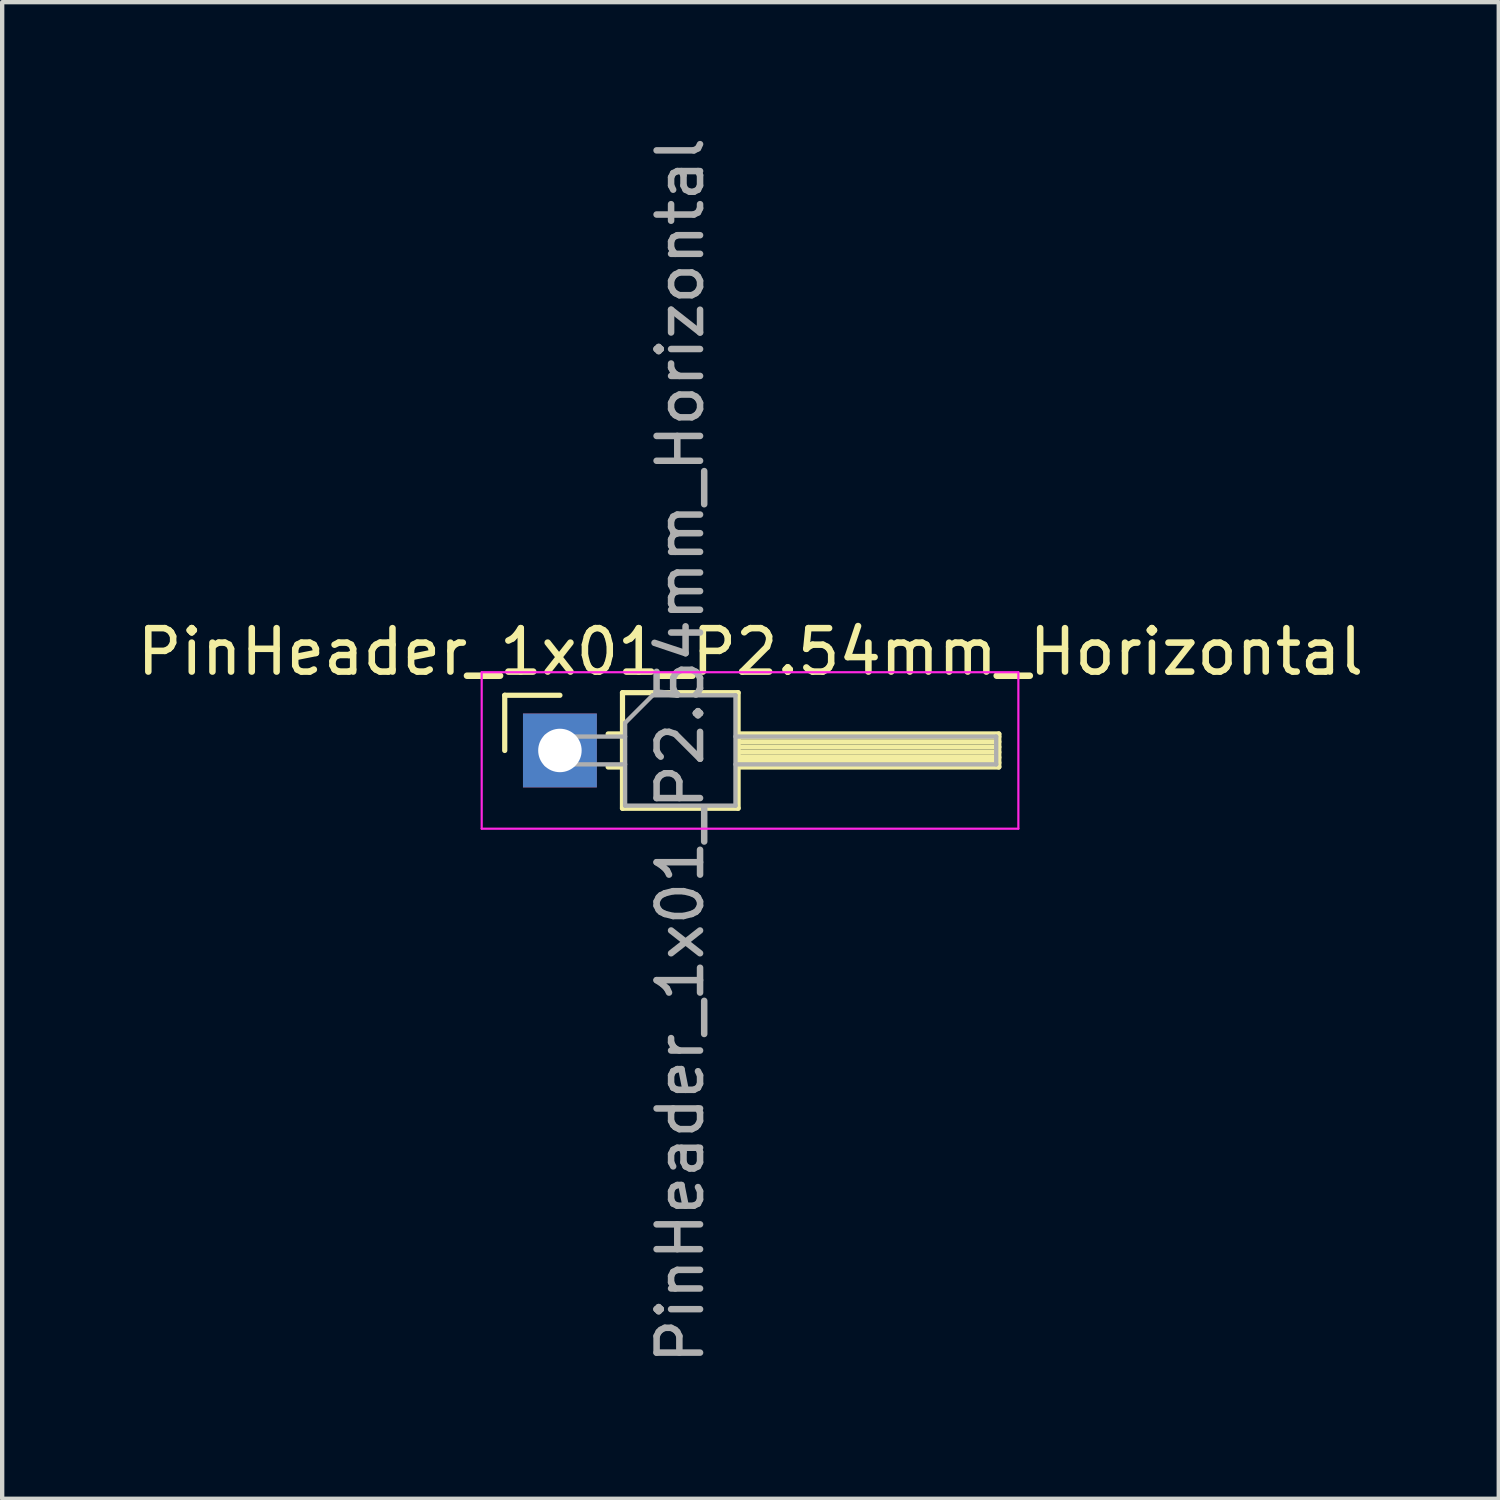
<source format=kicad_pcb>
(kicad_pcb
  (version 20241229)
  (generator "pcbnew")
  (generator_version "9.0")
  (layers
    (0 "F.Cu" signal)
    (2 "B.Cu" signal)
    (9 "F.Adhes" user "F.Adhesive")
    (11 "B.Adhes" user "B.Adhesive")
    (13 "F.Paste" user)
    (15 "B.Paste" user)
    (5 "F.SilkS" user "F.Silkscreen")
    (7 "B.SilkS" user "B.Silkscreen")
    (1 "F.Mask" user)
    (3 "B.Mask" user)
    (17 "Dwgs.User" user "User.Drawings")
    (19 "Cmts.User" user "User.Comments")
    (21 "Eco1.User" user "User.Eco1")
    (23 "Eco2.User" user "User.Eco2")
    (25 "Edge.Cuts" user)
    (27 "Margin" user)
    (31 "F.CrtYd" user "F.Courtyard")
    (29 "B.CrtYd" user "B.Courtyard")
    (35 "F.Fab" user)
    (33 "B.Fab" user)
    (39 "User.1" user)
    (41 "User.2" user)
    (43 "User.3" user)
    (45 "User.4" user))
  (footprint "PinHeader_1x01_P2.54mm_Horizontal"
    (layer "F.Cu")
    (at 9.835 14.22)
    (property "Reference" "PinHeader_1x01_P2.54mm_Horizontal" (at 4.385 -2.27 0) (layer "F.SilkS") (effects (font (size 1 1) (thickness 0.15))))
    (attr through_hole)
    (fp_line (start -1.27 -1.27) (end 0 -1.27) (stroke (width 0.12) (type solid)) (layer "F.SilkS"))
    (fp_line (start -1.27 0) (end -1.27 -1.27) (stroke (width 0.12) (type solid)) (layer "F.SilkS"))
    (fp_line (start 1.11 -0.38) (end 1.44 -0.38) (stroke (width 0.12) (type solid)) (layer "F.SilkS"))
    (fp_line (start 1.11 0.38) (end 1.44 0.38) (stroke (width 0.12) (type solid)) (layer "F.SilkS"))
    (fp_line (start 1.44 -1.33) (end 1.44 1.33) (stroke (width 0.12) (type solid)) (layer "F.SilkS"))
    (fp_line (start 1.44 1.33) (end 4.1 1.33) (stroke (width 0.12) (type solid)) (layer "F.SilkS"))
    (fp_line (start 4.1 -1.33) (end 1.44 -1.33) (stroke (width 0.12) (type solid)) (layer "F.SilkS"))
    (fp_line (start 4.1 -0.38) (end 10.1 -0.38) (stroke (width 0.12) (type solid)) (layer "F.SilkS"))
    (fp_line (start 4.1 -0.32) (end 10.1 -0.32) (stroke (width 0.12) (type solid)) (layer "F.SilkS"))
    (fp_line (start 4.1 -0.2) (end 10.1 -0.2) (stroke (width 0.12) (type solid)) (layer "F.SilkS"))
    (fp_line (start 4.1 -0.08) (end 10.1 -0.08) (stroke (width 0.12) (type solid)) (layer "F.SilkS"))
    (fp_line (start 4.1 0.04) (end 10.1 0.04) (stroke (width 0.12) (type solid)) (layer "F.SilkS"))
    (fp_line (start 4.1 0.16) (end 10.1 0.16) (stroke (width 0.12) (type solid)) (layer "F.SilkS"))
    (fp_line (start 4.1 0.28) (end 10.1 0.28) (stroke (width 0.12) (type solid)) (layer "F.SilkS"))
    (fp_line (start 4.1 1.33) (end 4.1 -1.33) (stroke (width 0.12) (type solid)) (layer "F.SilkS"))
    (fp_line (start 10.1 -0.38) (end 10.1 0.38) (stroke (width 0.12) (type solid)) (layer "F.SilkS"))
    (fp_line (start 10.1 0.38) (end 4.1 0.38) (stroke (width 0.12) (type solid)) (layer "F.SilkS"))
    (fp_line (start -1.8 -1.8) (end -1.8 1.8) (stroke (width 0.05) (type solid)) (layer "F.CrtYd"))
    (fp_line (start -1.8 1.8) (end 10.55 1.8) (stroke (width 0.05) (type solid)) (layer "F.CrtYd"))
    (fp_line (start 10.55 -1.8) (end -1.8 -1.8) (stroke (width 0.05) (type solid)) (layer "F.CrtYd"))
    (fp_line (start 10.55 1.8) (end 10.55 -1.8) (stroke (width 0.05) (type solid)) (layer "F.CrtYd"))
    (fp_line (start -0.32 -0.32) (end -0.32 0.32) (stroke (width 0.1) (type solid)) (layer "F.Fab"))
    (fp_line (start -0.32 -0.32) (end 1.5 -0.32) (stroke (width 0.1) (type solid)) (layer "F.Fab"))
    (fp_line (start -0.32 0.32) (end 1.5 0.32) (stroke (width 0.1) (type solid)) (layer "F.Fab"))
    (fp_line (start 1.5 -0.635) (end 2.135 -1.27) (stroke (width 0.1) (type solid)) (layer "F.Fab"))
    (fp_line (start 1.5 1.27) (end 1.5 -0.635) (stroke (width 0.1) (type solid)) (layer "F.Fab"))
    (fp_line (start 2.135 -1.27) (end 4.04 -1.27) (stroke (width 0.1) (type solid)) (layer "F.Fab"))
    (fp_line (start 4.04 -1.27) (end 4.04 1.27) (stroke (width 0.1) (type solid)) (layer "F.Fab"))
    (fp_line (start 4.04 -0.32) (end 10.04 -0.32) (stroke (width 0.1) (type solid)) (layer "F.Fab"))
    (fp_line (start 4.04 0.32) (end 10.04 0.32) (stroke (width 0.1) (type solid)) (layer "F.Fab"))
    (fp_line (start 4.04 1.27) (end 1.5 1.27) (stroke (width 0.1) (type solid)) (layer "F.Fab"))
    (fp_line (start 10.04 -0.32) (end 10.04 0.32) (stroke (width 0.1) (type solid)) (layer "F.Fab"))
    (fp_text user "${REFERENCE}" (at 2.77 0 90) (layer "F.Fab") (effects (font (size 1 1) (thickness 0.15))))
    (pad "1" thru_hole rect (at 0 0) (size 1.7 1.7) (drill 1) (layers "*.Cu" "*.Mask")))
  (gr_rect
    (start -3 -3)
    (end 31.44 31.44)
    (stroke (width 0.1) (type default))
    (fill no)
    (layer "Edge.Cuts")))
</source>
